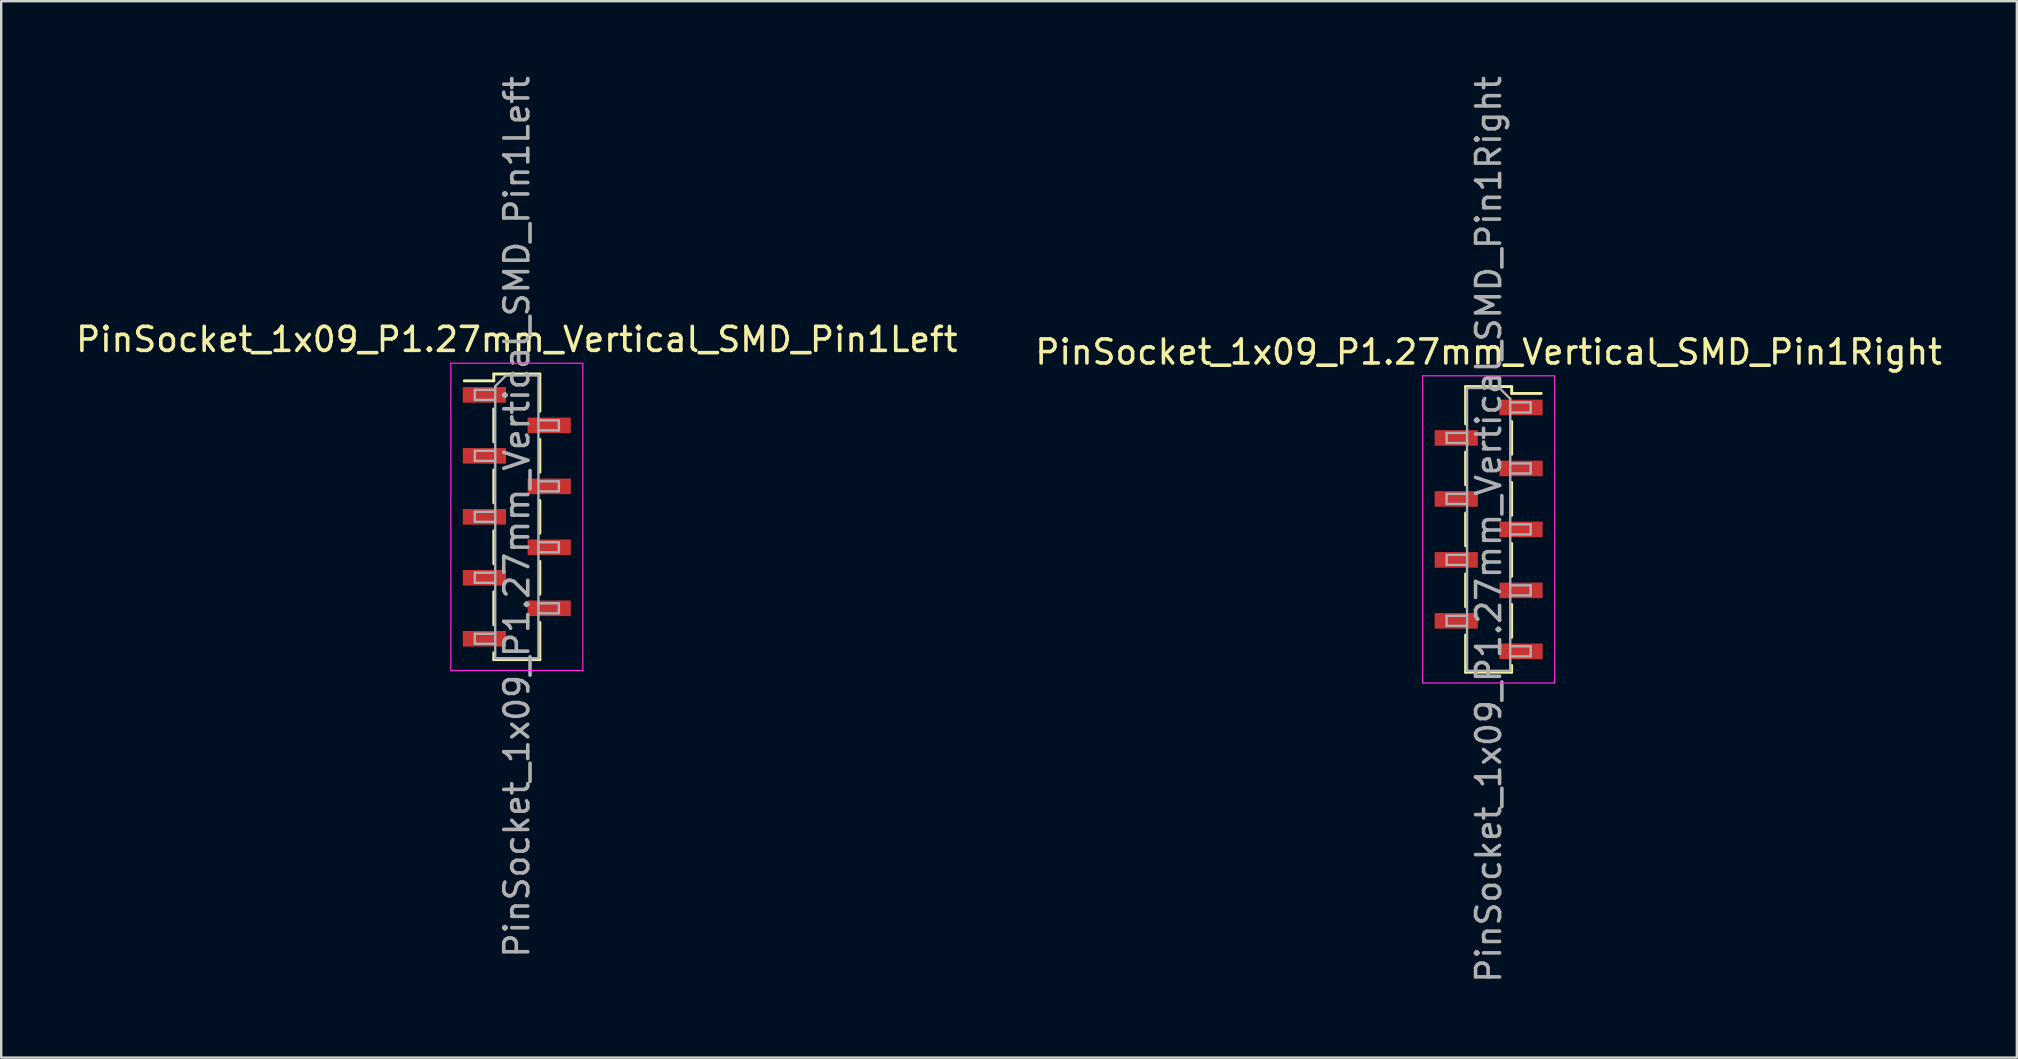
<source format=kicad_pcb>
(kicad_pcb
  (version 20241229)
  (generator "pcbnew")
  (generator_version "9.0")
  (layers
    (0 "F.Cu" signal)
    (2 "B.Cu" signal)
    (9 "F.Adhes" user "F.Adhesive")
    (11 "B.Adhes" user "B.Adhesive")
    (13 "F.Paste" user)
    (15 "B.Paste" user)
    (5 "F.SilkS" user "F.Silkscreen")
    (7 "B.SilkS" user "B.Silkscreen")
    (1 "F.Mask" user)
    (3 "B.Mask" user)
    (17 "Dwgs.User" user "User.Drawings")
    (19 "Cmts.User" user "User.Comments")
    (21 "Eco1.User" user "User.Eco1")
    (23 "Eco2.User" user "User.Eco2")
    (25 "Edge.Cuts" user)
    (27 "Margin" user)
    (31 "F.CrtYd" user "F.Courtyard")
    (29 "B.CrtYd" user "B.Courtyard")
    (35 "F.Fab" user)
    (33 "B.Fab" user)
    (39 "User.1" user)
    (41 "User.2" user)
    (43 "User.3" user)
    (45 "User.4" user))
  (footprint "PinSocket_1x09_P1.27mm_Vertical_SMD_Pin1Right"
    (layer "F.Cu")
    (at 58.97 19.006)
    (property "Reference" "PinSocket_1x09_P1.27mm_Vertical_SMD_Pin1Right" (at 0 -7.39 0) (layer "F.SilkS") (effects (font (size 1 1) (thickness 0.15))))
    (attr smd)
    (fp_line (start -0.96 -5.95) (end -0.96 -4.395) (stroke (width 0.12) (type solid)) (layer "F.SilkS"))
    (fp_line (start -0.96 -5.95) (end 0.96 -5.95) (stroke (width 0.12) (type solid)) (layer "F.SilkS"))
    (fp_line (start -0.96 -3.225) (end -0.96 -1.855) (stroke (width 0.12) (type solid)) (layer "F.SilkS"))
    (fp_line (start -0.96 -0.685) (end -0.96 0.685) (stroke (width 0.12) (type solid)) (layer "F.SilkS"))
    (fp_line (start -0.96 1.855) (end -0.96 3.225) (stroke (width 0.12) (type solid)) (layer "F.SilkS"))
    (fp_line (start -0.96 4.395) (end -0.96 5.95) (stroke (width 0.12) (type solid)) (layer "F.SilkS"))
    (fp_line (start -0.96 5.95) (end 0.96 5.95) (stroke (width 0.12) (type solid)) (layer "F.SilkS"))
    (fp_line (start 0.96 -5.95) (end 0.96 -5.665) (stroke (width 0.12) (type solid)) (layer "F.SilkS"))
    (fp_line (start 0.96 -5.665) (end 2.19 -5.665) (stroke (width 0.12) (type solid)) (layer "F.SilkS"))
    (fp_line (start 0.96 -4.495) (end 0.96 -3.125) (stroke (width 0.12) (type solid)) (layer "F.SilkS"))
    (fp_line (start 0.96 -1.955) (end 0.96 -0.585) (stroke (width 0.12) (type solid)) (layer "F.SilkS"))
    (fp_line (start 0.96 0.585) (end 0.96 1.955) (stroke (width 0.12) (type solid)) (layer "F.SilkS"))
    (fp_line (start 0.96 3.125) (end 0.96 4.495) (stroke (width 0.12) (type solid)) (layer "F.SilkS"))
    (fp_line (start 0.96 5.665) (end 0.96 5.95) (stroke (width 0.12) (type solid)) (layer "F.SilkS"))
    (fp_line (start -2.75 -6.4) (end 2.75 -6.4) (stroke (width 0.05) (type solid)) (layer "F.CrtYd"))
    (fp_line (start -2.75 6.4) (end -2.75 -6.4) (stroke (width 0.05) (type solid)) (layer "F.CrtYd"))
    (fp_line (start 2.75 -6.4) (end 2.75 6.4) (stroke (width 0.05) (type solid)) (layer "F.CrtYd"))
    (fp_line (start 2.75 6.4) (end -2.75 6.4) (stroke (width 0.05) (type solid)) (layer "F.CrtYd"))
    (fp_line (start -1.75 -4.02) (end -0.9 -4.02) (stroke (width 0.1) (type solid)) (layer "F.Fab"))
    (fp_line (start -1.75 -3.6) (end -1.75 -4.02) (stroke (width 0.1) (type solid)) (layer "F.Fab"))
    (fp_line (start -1.75 -1.48) (end -0.9 -1.48) (stroke (width 0.1) (type solid)) (layer "F.Fab"))
    (fp_line (start -1.75 -1.06) (end -1.75 -1.48) (stroke (width 0.1) (type solid)) (layer "F.Fab"))
    (fp_line (start -1.75 1.06) (end -0.9 1.06) (stroke (width 0.1) (type solid)) (layer "F.Fab"))
    (fp_line (start -1.75 1.48) (end -1.75 1.06) (stroke (width 0.1) (type solid)) (layer "F.Fab"))
    (fp_line (start -1.75 3.6) (end -0.9 3.6) (stroke (width 0.1) (type solid)) (layer "F.Fab"))
    (fp_line (start -1.75 4.02) (end -1.75 3.6) (stroke (width 0.1) (type solid)) (layer "F.Fab"))
    (fp_line (start -0.9 -5.89) (end 0.45 -5.89) (stroke (width 0.1) (type solid)) (layer "F.Fab"))
    (fp_line (start -0.9 -3.6) (end -1.75 -3.6) (stroke (width 0.1) (type solid)) (layer "F.Fab"))
    (fp_line (start -0.9 -1.06) (end -1.75 -1.06) (stroke (width 0.1) (type solid)) (layer "F.Fab"))
    (fp_line (start -0.9 1.48) (end -1.75 1.48) (stroke (width 0.1) (type solid)) (layer "F.Fab"))
    (fp_line (start -0.9 4.02) (end -1.75 4.02) (stroke (width 0.1) (type solid)) (layer "F.Fab"))
    (fp_line (start -0.9 5.89) (end -0.9 -5.89) (stroke (width 0.1) (type solid)) (layer "F.Fab"))
    (fp_line (start 0.45 -5.89) (end 0.9 -5.44) (stroke (width 0.1) (type solid)) (layer "F.Fab"))
    (fp_line (start 0.9 -5.44) (end 0.9 5.89) (stroke (width 0.1) (type solid)) (layer "F.Fab"))
    (fp_line (start 0.9 -5.29) (end 1.75 -5.29) (stroke (width 0.1) (type solid)) (layer "F.Fab"))
    (fp_line (start 0.9 -2.75) (end 1.75 -2.75) (stroke (width 0.1) (type solid)) (layer "F.Fab"))
    (fp_line (start 0.9 -0.21) (end 1.75 -0.21) (stroke (width 0.1) (type solid)) (layer "F.Fab"))
    (fp_line (start 0.9 2.33) (end 1.75 2.33) (stroke (width 0.1) (type solid)) (layer "F.Fab"))
    (fp_line (start 0.9 4.87) (end 1.75 4.87) (stroke (width 0.1) (type solid)) (layer "F.Fab"))
    (fp_line (start 0.9 5.89) (end -0.9 5.89) (stroke (width 0.1) (type solid)) (layer "F.Fab"))
    (fp_line (start 1.75 -5.29) (end 1.75 -4.87) (stroke (width 0.1) (type solid)) (layer "F.Fab"))
    (fp_line (start 1.75 -4.87) (end 0.9 -4.87) (stroke (width 0.1) (type solid)) (layer "F.Fab"))
    (fp_line (start 1.75 -2.75) (end 1.75 -2.33) (stroke (width 0.1) (type solid)) (layer "F.Fab"))
    (fp_line (start 1.75 -2.33) (end 0.9 -2.33) (stroke (width 0.1) (type solid)) (layer "F.Fab"))
    (fp_line (start 1.75 -0.21) (end 1.75 0.21) (stroke (width 0.1) (type solid)) (layer "F.Fab"))
    (fp_line (start 1.75 0.21) (end 0.9 0.21) (stroke (width 0.1) (type solid)) (layer "F.Fab"))
    (fp_line (start 1.75 2.33) (end 1.75 2.75) (stroke (width 0.1) (type solid)) (layer "F.Fab"))
    (fp_line (start 1.75 2.75) (end 0.9 2.75) (stroke (width 0.1) (type solid)) (layer "F.Fab"))
    (fp_line (start 1.75 4.87) (end 1.75 5.29) (stroke (width 0.1) (type solid)) (layer "F.Fab"))
    (fp_line (start 1.75 5.29) (end 0.9 5.29) (stroke (width 0.1) (type solid)) (layer "F.Fab"))
    (fp_text user "${REFERENCE}" (at 0 0 90) (layer "F.Fab") (effects (font (size 1 1) (thickness 0.15))))
    (pad "1" smd rect (at 1.35 -5.08) (size 1.8 0.65) (layers "F.Cu" "F.Mask" "F.Paste"))
    (pad "2" smd rect (at -1.35 -3.81) (size 1.8 0.65) (layers "F.Cu" "F.Mask" "F.Paste"))
    (pad "3" smd rect (at 1.35 -2.54) (size 1.8 0.65) (layers "F.Cu" "F.Mask" "F.Paste"))
    (pad "4" smd rect (at -1.35 -1.27) (size 1.8 0.65) (layers "F.Cu" "F.Mask" "F.Paste"))
    (pad "5" smd rect (at 1.35 0) (size 1.8 0.65) (layers "F.Cu" "F.Mask" "F.Paste"))
    (pad "6" smd rect (at -1.35 1.27) (size 1.8 0.65) (layers "F.Cu" "F.Mask" "F.Paste"))
    (pad "7" smd rect (at 1.35 2.54) (size 1.8 0.65) (layers "F.Cu" "F.Mask" "F.Paste"))
    (pad "8" smd rect (at -1.35 3.81) (size 1.8 0.65) (layers "F.Cu" "F.Mask" "F.Paste"))
    (pad "9" smd rect (at 1.35 5.08) (size 1.8 0.65) (layers "F.Cu" "F.Mask" "F.Paste")))
  (footprint "PinSocket_1x09_P1.27mm_Vertical_SMD_Pin1Left"
    (layer "F.Cu")
    (at 18.482 18.482)
    (property "Reference" "PinSocket_1x09_P1.27mm_Vertical_SMD_Pin1Left" (at 0 -7.39 0) (layer "F.SilkS") (effects (font (size 1 1) (thickness 0.15))))
    (attr smd)
    (fp_line (start -2.19 -5.665) (end -0.96 -5.665) (stroke (width 0.12) (type solid)) (layer "F.SilkS"))
    (fp_line (start -0.96 -5.95) (end -0.96 -5.665) (stroke (width 0.12) (type solid)) (layer "F.SilkS"))
    (fp_line (start -0.96 -5.95) (end 0.96 -5.95) (stroke (width 0.12) (type solid)) (layer "F.SilkS"))
    (fp_line (start -0.96 -4.495) (end -0.96 -3.125) (stroke (width 0.12) (type solid)) (layer "F.SilkS"))
    (fp_line (start -0.96 -1.955) (end -0.96 -0.585) (stroke (width 0.12) (type solid)) (layer "F.SilkS"))
    (fp_line (start -0.96 0.585) (end -0.96 1.955) (stroke (width 0.12) (type solid)) (layer "F.SilkS"))
    (fp_line (start -0.96 3.125) (end -0.96 4.495) (stroke (width 0.12) (type solid)) (layer "F.SilkS"))
    (fp_line (start -0.96 5.665) (end -0.96 5.95) (stroke (width 0.12) (type solid)) (layer "F.SilkS"))
    (fp_line (start -0.96 5.95) (end 0.96 5.95) (stroke (width 0.12) (type solid)) (layer "F.SilkS"))
    (fp_line (start 0.96 -5.95) (end 0.96 -4.395) (stroke (width 0.12) (type solid)) (layer "F.SilkS"))
    (fp_line (start 0.96 -3.225) (end 0.96 -1.855) (stroke (width 0.12) (type solid)) (layer "F.SilkS"))
    (fp_line (start 0.96 -0.685) (end 0.96 0.685) (stroke (width 0.12) (type solid)) (layer "F.SilkS"))
    (fp_line (start 0.96 1.855) (end 0.96 3.225) (stroke (width 0.12) (type solid)) (layer "F.SilkS"))
    (fp_line (start 0.96 4.395) (end 0.96 5.95) (stroke (width 0.12) (type solid)) (layer "F.SilkS"))
    (fp_line (start -2.75 -6.4) (end 2.75 -6.4) (stroke (width 0.05) (type solid)) (layer "F.CrtYd"))
    (fp_line (start -2.75 6.4) (end -2.75 -6.4) (stroke (width 0.05) (type solid)) (layer "F.CrtYd"))
    (fp_line (start 2.75 -6.4) (end 2.75 6.4) (stroke (width 0.05) (type solid)) (layer "F.CrtYd"))
    (fp_line (start 2.75 6.4) (end -2.75 6.4) (stroke (width 0.05) (type solid)) (layer "F.CrtYd"))
    (fp_line (start -1.75 -5.29) (end -0.9 -5.29) (stroke (width 0.1) (type solid)) (layer "F.Fab"))
    (fp_line (start -1.75 -4.87) (end -1.75 -5.29) (stroke (width 0.1) (type solid)) (layer "F.Fab"))
    (fp_line (start -1.75 -2.75) (end -0.9 -2.75) (stroke (width 0.1) (type solid)) (layer "F.Fab"))
    (fp_line (start -1.75 -2.33) (end -1.75 -2.75) (stroke (width 0.1) (type solid)) (layer "F.Fab"))
    (fp_line (start -1.75 -0.21) (end -0.9 -0.21) (stroke (width 0.1) (type solid)) (layer "F.Fab"))
    (fp_line (start -1.75 0.21) (end -1.75 -0.21) (stroke (width 0.1) (type solid)) (layer "F.Fab"))
    (fp_line (start -1.75 2.33) (end -0.9 2.33) (stroke (width 0.1) (type solid)) (layer "F.Fab"))
    (fp_line (start -1.75 2.75) (end -1.75 2.33) (stroke (width 0.1) (type solid)) (layer "F.Fab"))
    (fp_line (start -1.75 4.87) (end -0.9 4.87) (stroke (width 0.1) (type solid)) (layer "F.Fab"))
    (fp_line (start -1.75 5.29) (end -1.75 4.87) (stroke (width 0.1) (type solid)) (layer "F.Fab"))
    (fp_line (start -0.9 -5.44) (end -0.45 -5.89) (stroke (width 0.1) (type solid)) (layer "F.Fab"))
    (fp_line (start -0.9 -4.87) (end -1.75 -4.87) (stroke (width 0.1) (type solid)) (layer "F.Fab"))
    (fp_line (start -0.9 -2.33) (end -1.75 -2.33) (stroke (width 0.1) (type solid)) (layer "F.Fab"))
    (fp_line (start -0.9 0.21) (end -1.75 0.21) (stroke (width 0.1) (type solid)) (layer "F.Fab"))
    (fp_line (start -0.9 2.75) (end -1.75 2.75) (stroke (width 0.1) (type solid)) (layer "F.Fab"))
    (fp_line (start -0.9 5.29) (end -1.75 5.29) (stroke (width 0.1) (type solid)) (layer "F.Fab"))
    (fp_line (start -0.9 5.89) (end -0.9 -5.44) (stroke (width 0.1) (type solid)) (layer "F.Fab"))
    (fp_line (start -0.45 -5.89) (end 0.9 -5.89) (stroke (width 0.1) (type solid)) (layer "F.Fab"))
    (fp_line (start 0.9 -5.89) (end 0.9 5.89) (stroke (width 0.1) (type solid)) (layer "F.Fab"))
    (fp_line (start 0.9 -4.02) (end 1.75 -4.02) (stroke (width 0.1) (type solid)) (layer "F.Fab"))
    (fp_line (start 0.9 -1.48) (end 1.75 -1.48) (stroke (width 0.1) (type solid)) (layer "F.Fab"))
    (fp_line (start 0.9 1.06) (end 1.75 1.06) (stroke (width 0.1) (type solid)) (layer "F.Fab"))
    (fp_line (start 0.9 3.6) (end 1.75 3.6) (stroke (width 0.1) (type solid)) (layer "F.Fab"))
    (fp_line (start 0.9 5.89) (end -0.9 5.89) (stroke (width 0.1) (type solid)) (layer "F.Fab"))
    (fp_line (start 1.75 -4.02) (end 1.75 -3.6) (stroke (width 0.1) (type solid)) (layer "F.Fab"))
    (fp_line (start 1.75 -3.6) (end 0.9 -3.6) (stroke (width 0.1) (type solid)) (layer "F.Fab"))
    (fp_line (start 1.75 -1.48) (end 1.75 -1.06) (stroke (width 0.1) (type solid)) (layer "F.Fab"))
    (fp_line (start 1.75 -1.06) (end 0.9 -1.06) (stroke (width 0.1) (type solid)) (layer "F.Fab"))
    (fp_line (start 1.75 1.06) (end 1.75 1.48) (stroke (width 0.1) (type solid)) (layer "F.Fab"))
    (fp_line (start 1.75 1.48) (end 0.9 1.48) (stroke (width 0.1) (type solid)) (layer "F.Fab"))
    (fp_line (start 1.75 3.6) (end 1.75 4.02) (stroke (width 0.1) (type solid)) (layer "F.Fab"))
    (fp_line (start 1.75 4.02) (end 0.9 4.02) (stroke (width 0.1) (type solid)) (layer "F.Fab"))
    (fp_text user "${REFERENCE}" (at 0 0 90) (layer "F.Fab") (effects (font (size 1 1) (thickness 0.15))))
    (pad "1" smd rect (at -1.35 -5.08) (size 1.8 0.65) (layers "F.Cu" "F.Mask" "F.Paste"))
    (pad "2" smd rect (at 1.35 -3.81) (size 1.8 0.65) (layers "F.Cu" "F.Mask" "F.Paste"))
    (pad "3" smd rect (at -1.35 -2.54) (size 1.8 0.65) (layers "F.Cu" "F.Mask" "F.Paste"))
    (pad "4" smd rect (at 1.35 -1.27) (size 1.8 0.65) (layers "F.Cu" "F.Mask" "F.Paste"))
    (pad "5" smd rect (at -1.35 0) (size 1.8 0.65) (layers "F.Cu" "F.Mask" "F.Paste"))
    (pad "6" smd rect (at 1.35 1.27) (size 1.8 0.65) (layers "F.Cu" "F.Mask" "F.Paste"))
    (pad "7" smd rect (at -1.35 2.54) (size 1.8 0.65) (layers "F.Cu" "F.Mask" "F.Paste"))
    (pad "8" smd rect (at 1.35 3.81) (size 1.8 0.65) (layers "F.Cu" "F.Mask" "F.Paste"))
    (pad "9" smd rect (at -1.35 5.08) (size 1.8 0.65) (layers "F.Cu" "F.Mask" "F.Paste")))
  (gr_rect
    (start -3 -3)
    (end 80.976 41.012)
    (stroke (width 0.1) (type default))
    (fill no)
    (layer "Edge.Cuts")))
</source>
